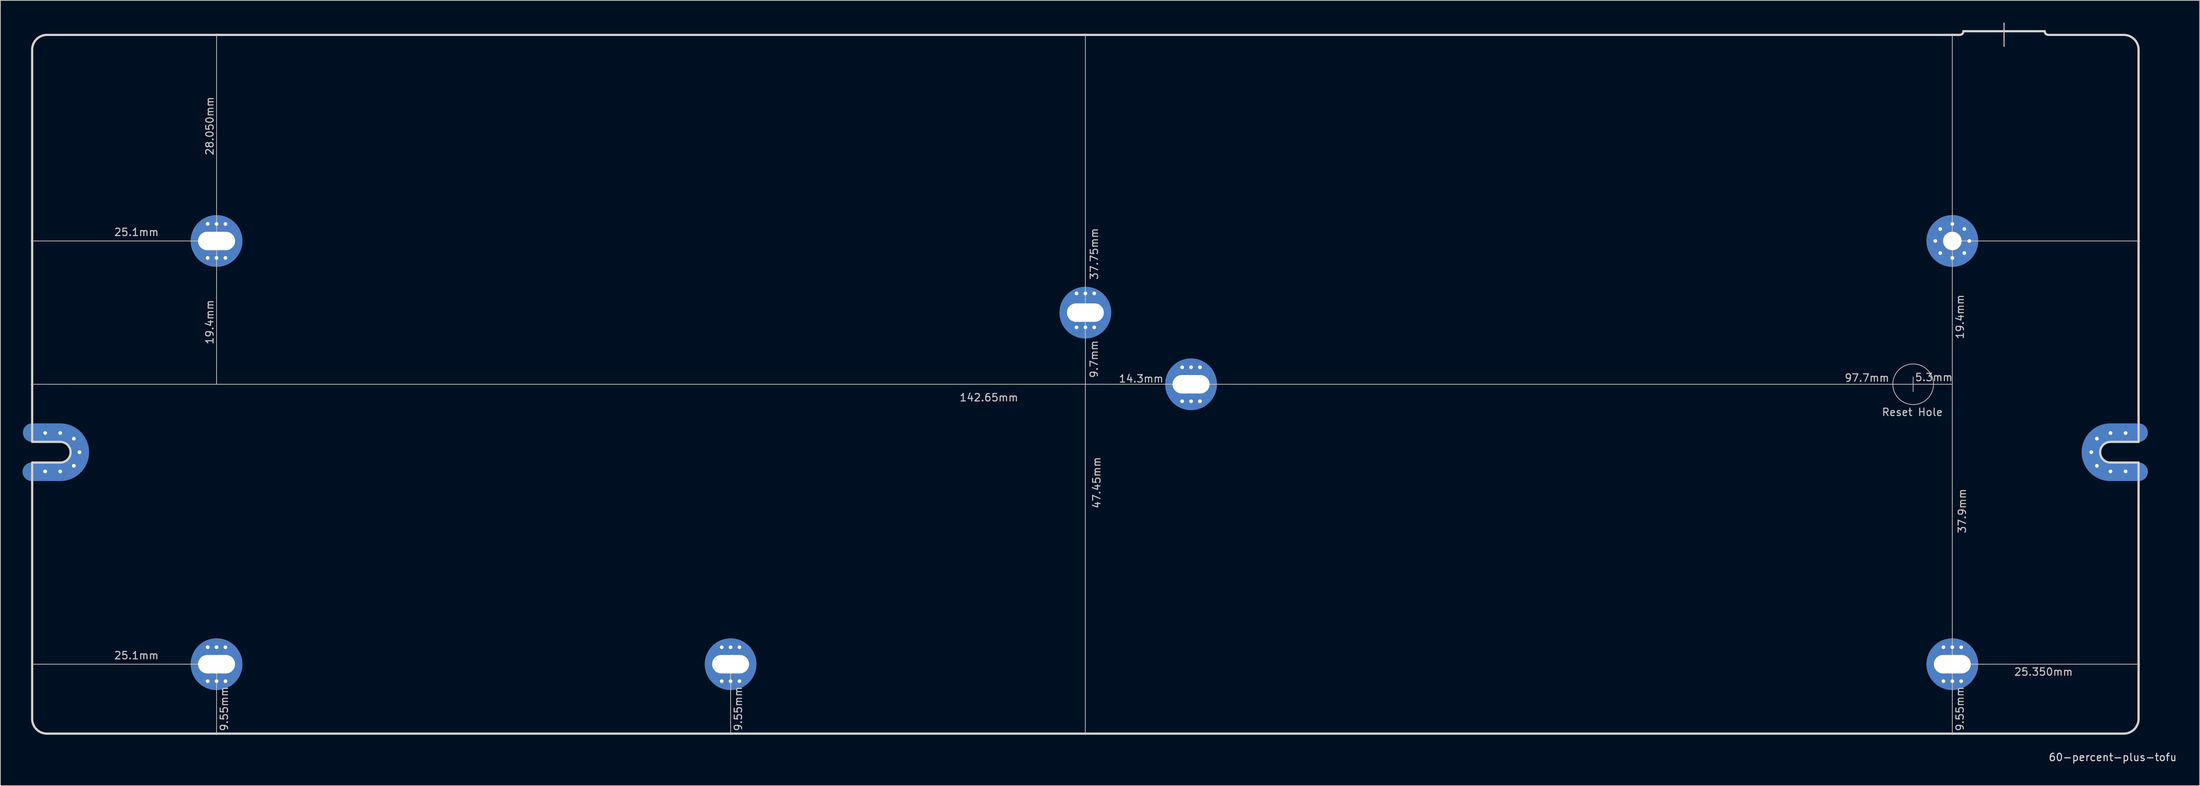
<source format=kicad_pcb>
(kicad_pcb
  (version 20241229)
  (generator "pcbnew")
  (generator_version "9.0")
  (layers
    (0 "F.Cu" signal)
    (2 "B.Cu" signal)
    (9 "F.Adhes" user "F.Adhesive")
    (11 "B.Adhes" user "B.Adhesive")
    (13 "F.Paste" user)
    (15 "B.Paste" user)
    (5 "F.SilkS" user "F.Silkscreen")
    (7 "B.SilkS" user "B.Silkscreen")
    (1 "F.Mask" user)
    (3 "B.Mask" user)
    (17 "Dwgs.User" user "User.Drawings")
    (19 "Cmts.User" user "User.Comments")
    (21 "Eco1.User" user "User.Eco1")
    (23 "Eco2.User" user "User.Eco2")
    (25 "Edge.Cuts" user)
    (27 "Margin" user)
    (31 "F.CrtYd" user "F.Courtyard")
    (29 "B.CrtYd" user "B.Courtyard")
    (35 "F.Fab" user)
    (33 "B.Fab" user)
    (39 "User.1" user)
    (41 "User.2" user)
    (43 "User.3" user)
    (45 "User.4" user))
  (footprint "60-percent-plus-tofu"
    (layer "F.Cu")
    (at 143.801 48.975)
    (property "Reference" "60-percent-plus-tofu" (at 139 50.5 180) (layer "Edge.Cuts") (effects (font (size 1 1) (thickness 0.15))))
    (attr through_hole)
    (fp_line (start -117.55 -19.4) (end -142.65 -19.4) (stroke (width 0.1) (type solid)) (layer "Dwgs.User"))
    (fp_line (start -117.55 -19.4) (end -117.55 -47.45) (stroke (width 0.1) (type solid)) (layer "Dwgs.User"))
    (fp_line (start -117.55 -19.4) (end -117.55 0) (stroke (width 0.1) (type solid)) (layer "Dwgs.User"))
    (fp_line (start -117.55 37.9) (end -117.55 47.45) (stroke (width 0.1) (type solid)) (layer "Dwgs.User"))
    (fp_line (start -117.53 37.9) (end -142.63 37.9) (stroke (width 0.1) (type solid)) (layer "Dwgs.User"))
    (fp_line (start -48 37.9) (end -48 47.45) (stroke (width 0.1) (type solid)) (layer "Dwgs.User"))
    (fp_line (start -0.01 0) (end -0.01 47.45) (stroke (width 0.1) (type solid)) (layer "Dwgs.User"))
    (fp_line (start 0 0) (end -142.65 0) (stroke (width 0.1) (type solid)) (layer "Dwgs.User"))
    (fp_line (start 0 0) (end 0 -47.45) (stroke (width 0.1) (type solid)) (layer "Dwgs.User"))
    (fp_line (start 0 0) (end 14.3 0) (stroke (width 0.1) (type solid)) (layer "Dwgs.User"))
    (fp_line (start 14.3 0) (end 112 0) (stroke (width 0.1) (type solid)) (layer "Dwgs.User"))
    (fp_line (start 112 0) (end 112 -1) (stroke (width 0.1) (type solid)) (layer "Dwgs.User"))
    (fp_line (start 112 0) (end 112 1) (stroke (width 0.1) (type solid)) (layer "Dwgs.User"))
    (fp_line (start 112 0) (end 117.3 0) (stroke (width 0.1) (type solid)) (layer "Dwgs.User"))
    (fp_line (start 117.3 -19.4) (end 117.3 -47.45) (stroke (width 0.1) (type solid)) (layer "Dwgs.User"))
    (fp_line (start 117.3 -19.4) (end 142.65 -19.4) (stroke (width 0.1) (type solid)) (layer "Dwgs.User"))
    (fp_line (start 117.3 0) (end 117.3 -19.4) (stroke (width 0.1) (type solid)) (layer "Dwgs.User"))
    (fp_line (start 117.3 37.9) (end 117.3 0) (stroke (width 0.1) (type solid)) (layer "Dwgs.User"))
    (fp_line (start 117.3 37.9) (end 117.3 47.45) (stroke (width 0.1) (type solid)) (layer "Dwgs.User"))
    (fp_line (start 117.3 37.9) (end 142.65 37.9) (stroke (width 0.1) (type solid)) (layer "Dwgs.User"))
    (fp_line (start 124.3 -48.9) (end 124.3 -45.75) (stroke (width 0.15) (type solid)) (layer "Dwgs.User"))
    (fp_circle (center 112.001 0) (end 114.751 0.03) (stroke (width 0.1) (type solid)) (fill no) (layer "Dwgs.User"))
    (fp_line (start -142.5 7.8) (end -142.5 -45.3) (stroke (width 0.3) (type solid)) (layer "Edge.Cuts"))
    (fp_line (start -142.5 10.6) (end -142.5 45.3) (stroke (width 0.3) (type solid)) (layer "Edge.Cuts"))
    (fp_line (start -140.5 -47.3) (end 118.3 -47.3) (stroke (width 0.3) (type solid)) (layer "Edge.Cuts"))
    (fp_line (start -138.7 7.8) (end -142.5 7.8) (stroke (width 0.3) (type solid)) (layer "Edge.Cuts"))
    (fp_line (start -138.7 10.6) (end -142.5 10.6) (stroke (width 0.3) (type solid)) (layer "Edge.Cuts"))
    (fp_line (start 129.8 -47.8) (end 118.8 -47.8) (stroke (width 0.3) (type solid)) (layer "Edge.Cuts"))
    (fp_line (start 138.7 7.8) (end 142.5 7.8) (stroke (width 0.3) (type solid)) (layer "Edge.Cuts"))
    (fp_line (start 140.5 -47.3) (end 130.3 -47.3) (stroke (width 0.3) (type solid)) (layer "Edge.Cuts"))
    (fp_line (start 140.5 47.3) (end -140.5 47.3) (stroke (width 0.3) (type solid)) (layer "Edge.Cuts"))
    (fp_line (start 142.5 7.8) (end 142.5 -45.3) (stroke (width 0.3) (type solid)) (layer "Edge.Cuts"))
    (fp_line (start 142.5 10.6) (end 138.7 10.6) (stroke (width 0.3) (type solid)) (layer "Edge.Cuts"))
    (fp_line (start 142.5 45.3) (end 142.5 10.6) (stroke (width 0.3) (type solid)) (layer "Edge.Cuts"))
    (fp_arc (start -142.5 -45.3) (mid -141.914214 -46.714214) (end -140.5 -47.3) (stroke (width 0.3) (type solid)) (layer "Edge.Cuts"))
    (fp_arc (start -140.5 47.3) (mid -141.914214 46.714214) (end -142.5 45.3) (stroke (width 0.3) (type solid)) (layer "Edge.Cuts"))
    (fp_arc (start -138.7 7.8) (mid -137.710051 8.210051) (end -137.3 9.2) (stroke (width 0.3) (type solid)) (layer "Edge.Cuts"))
    (fp_arc (start -137.3 9.2) (mid -137.710051 10.189949) (end -138.7 10.6) (stroke (width 0.3) (type solid)) (layer "Edge.Cuts"))
    (fp_arc (start 118.8 -47.8) (mid 118.653553 -47.446447) (end 118.3 -47.3) (stroke (width 0.3) (type solid)) (layer "Edge.Cuts"))
    (fp_arc (start 130.3 -47.3) (mid 129.946447 -47.446447) (end 129.8 -47.8) (stroke (width 0.3) (type solid)) (layer "Edge.Cuts"))
    (fp_arc (start 137.3 9.2) (mid 137.710051 8.210051) (end 138.7 7.8) (stroke (width 0.3) (type solid)) (layer "Edge.Cuts"))
    (fp_arc (start 138.7 10.6) (mid 137.710051 10.189949) (end 137.3 9.2) (stroke (width 0.3) (type solid)) (layer "Edge.Cuts"))
    (fp_arc (start 140.5 -47.3) (mid 141.914214 -46.714214) (end 142.5 -45.3) (stroke (width 0.3) (type solid)) (layer "Edge.Cuts"))
    (fp_arc (start 142.5 45.3) (mid 141.914214 46.714214) (end 140.5 47.3) (stroke (width 0.3) (type solid)) (layer "Edge.Cuts"))
    (fp_text user "9.55mm" (at 118.33 43.94 90) (layer "Dwgs.User") (effects (font (size 1 1) (thickness 0.15))))
    (fp_text user "28.050mm" (at -118.47 -34.96 90) (layer "Dwgs.User") (effects (font (size 1 1) (thickness 0.15))))
    (fp_text user "19.4mm" (at -118.48 -8.41 90) (layer "Dwgs.User") (effects (font (size 1 1) (thickness 0.15))))
    (fp_text user "47.45mm" (at 1.53 13.33 90) (layer "Dwgs.User") (effects (font (size 1 1) (thickness 0.15))))
    (fp_text user "37.9mm" (at 118.63 17.16 90) (layer "Dwgs.User") (effects (font (size 1 1) (thickness 0.15))))
    (fp_text user "25.1mm" (at -128.39 36.72 0) (layer "Dwgs.User") (effects (font (size 1 1) (thickness 0.15))))
    (fp_text user "25.1mm" (at -128.39 -20.59 0) (layer "Dwgs.User") (effects (font (size 1 1) (thickness 0.15))))
    (fp_text user "25.350mm" (at 129.64 38.94 0) (layer "Dwgs.User") (effects (font (size 1 1) (thickness 0.15))))
    (fp_text user "14.3mm" (at 7.55 -0.75 0) (layer "Dwgs.User") (effects (font (size 1 1) (thickness 0.15))))
    (fp_text user "97.7mm" (at 105.75 -0.86 0) (layer "Dwgs.User") (effects (font (size 1 1) (thickness 0.15))))
    (fp_text user "9.7mm" (at 1.17 -3.4 270) (layer "Dwgs.User") (effects (font (size 1 1) (thickness 0.15))))
    (fp_text user "37.75mm" (at 1.2 -17.65 90) (layer "Dwgs.User") (effects (font (size 1 1) (thickness 0.15))))
    (fp_text user "Reset Hole" (at 111.89 3.78 0) (layer "Dwgs.User") (effects (font (size 1 1) (thickness 0.15))))
    (fp_text user "5.3mm" (at 114.8 -0.94 0) (layer "Dwgs.User") (effects (font (size 1 1) (thickness 0.15))))
    (fp_text user "9.55mm" (at -46.97 43.94 90) (layer "Dwgs.User") (effects (font (size 1 1) (thickness 0.15))))
    (fp_text user "19.4mm" (at 118.34 -9.13 90) (layer "Dwgs.User") (effects (font (size 1 1) (thickness 0.15))))
    (fp_text user "9.55mm" (at -116.52 43.94 90) (layer "Dwgs.User") (effects (font (size 1 1) (thickness 0.15))))
    (fp_text user "142.65mm" (at -13.05 1.8 0) (layer "Dwgs.User") (effects (font (size 1 1) (thickness 0.15))))
    (pad "1" thru_hole circle (at -140.742 6.6 180) (size 1 1) (drill 0.5) (layers "*.Cu" "*.Mask"))
    (pad "1" thru_hole circle (at -140.742 11.8 180) (size 1 1) (drill 0.5) (layers "*.Cu" "*.Mask"))
    (pad "1" thru_hole circle (at -138.7 6.6 180) (size 1 1) (drill 0.5) (layers "*.Cu" "*.Mask"))
    (pad "1" thru_hole circle (at -138.7 11.8 180) (size 1 1) (drill 0.5) (layers "*.Cu" "*.Mask"))
    (pad "1" thru_hole circle (at -136.862 7.362 180) (size 1 1) (drill 0.5) (layers "*.Cu" "*.Mask"))
    (pad "1" thru_hole circle (at -136.862 11.038 180) (size 1 1) (drill 0.5) (layers "*.Cu" "*.Mask"))
    (pad "1" thru_hole custom (at -136.1 9.2) (size 1 1) (drill 0.5) (layers "*.Cu" "*.Mask") (options (anchor circle)) (primitives (gr_line (start -2.6 2.651) (end -6.45 2.651) (width 2.502)) (gr_line (start -2.6 -2.651) (end -6.4 -2.651) (width 2.502)) (gr_arc (start 0.05095 0) (mid -0.725495 1.874505) (end -2.6 2.65095) (width 2.5019)) (gr_arc (start -2.6 -2.65095) (mid -0.725495 -1.874505) (end 0.05095 0) (width 2.5019)) (gr_line (start -2.6 -2.651) (end -6.4 -2.651) (width 2.502)) (gr_line (start -2.6 2.651) (end -6.45 2.651) (width 2.502)) (gr_arc (start 0.05095 0) (mid -0.725495 1.874505) (end -2.6 2.65095) (width 2.5019)) (gr_arc (start -2.6 -2.65095) (mid -0.725495 -1.874505) (end 0.05095 0) (width 2.5019))))
    (pad "1" thru_hole circle (at -118.75 -21.717 180) (size 1 1) (drill 0.5) (layers "*.Cu" "*.Mask"))
    (pad "1" thru_hole circle (at -118.75 -17.1 180) (size 1 1) (drill 0.5) (layers "*.Cu" "*.Mask"))
    (pad "1" thru_hole circle (at -118.75 35.6 180) (size 1 1) (drill 0.5) (layers "*.Cu" "*.Mask"))
    (pad "1" thru_hole circle (at -118.75 40.2 180) (size 1 1) (drill 0.5) (layers "*.Cu" "*.Mask"))
    (pad "1" thru_hole circle (at -117.55 -21.7 180) (size 1 1) (drill 0.5) (layers "*.Cu" "*.Mask"))
    (pad "1" thru_hole circle (at -117.55 -19.4 180) (size 7 7) (drill oval 5 2.5) (layers "*.Cu" "*.Mask"))
    (pad "1" thru_hole circle (at -117.55 -17.1 180) (size 1 1) (drill 0.5) (layers "*.Cu" "*.Mask"))
    (pad "1" thru_hole circle (at -117.55 35.6 180) (size 1 1) (drill 0.5) (layers "*.Cu" "*.Mask"))
    (pad "1" thru_hole circle (at -117.55 37.9) (size 7 7) (drill oval 5 2.5) (layers "*.Cu" "*.Mask"))
    (pad "1" thru_hole circle (at -117.55 40.2 180) (size 1 1) (drill 0.5) (layers "*.Cu" "*.Mask"))
    (pad "1" thru_hole circle (at -116.35 -21.7 180) (size 1 1) (drill 0.5) (layers "*.Cu" "*.Mask"))
    (pad "1" thru_hole circle (at -116.35 -17.1 180) (size 1 1) (drill 0.5) (layers "*.Cu" "*.Mask"))
    (pad "1" thru_hole circle (at -116.35 35.6 180) (size 1 1) (drill 0.5) (layers "*.Cu" "*.Mask"))
    (pad "1" thru_hole circle (at -116.35 40.2 180) (size 1 1) (drill 0.5) (layers "*.Cu" "*.Mask"))
    (pad "1" thru_hole circle (at -49.2 35.6 180) (size 1 1) (drill 0.5) (layers "*.Cu" "*.Mask"))
    (pad "1" thru_hole circle (at -49.2 40.2 180) (size 1 1) (drill 0.5) (layers "*.Cu" "*.Mask"))
    (pad "1" thru_hole circle (at -48 35.6 180) (size 1 1) (drill 0.5) (layers "*.Cu" "*.Mask"))
    (pad "1" thru_hole circle (at -48 37.9) (size 7 7) (drill oval 5 2.5) (layers "*.Cu" "*.Mask"))
    (pad "1" thru_hole circle (at -48 40.2 180) (size 1 1) (drill 0.5) (layers "*.Cu" "*.Mask"))
    (pad "1" thru_hole circle (at -46.8 35.6 180) (size 1 1) (drill 0.5) (layers "*.Cu" "*.Mask"))
    (pad "1" thru_hole circle (at -46.8 40.2 180) (size 1 1) (drill 0.5) (layers "*.Cu" "*.Mask"))
    (pad "1" thru_hole circle (at -1.2 -12.3 180) (size 1 1) (drill 0.5) (layers "*.Cu" "*.Mask"))
    (pad "1" thru_hole circle (at -1.2 -7.7 180) (size 1 1) (drill 0.5) (layers "*.Cu" "*.Mask"))
    (pad "1" thru_hole circle (at 0 -12.3 180) (size 1 1) (drill 0.5) (layers "*.Cu" "*.Mask"))
    (pad "1" thru_hole circle (at 0 -9.7) (size 7 7) (drill oval 5 2.5) (layers "*.Cu" "*.Mask"))
    (pad "1" thru_hole circle (at 0 -7.7 180) (size 1 1) (drill 0.5) (layers "*.Cu" "*.Mask"))
    (pad "1" thru_hole circle (at 1.2 -12.3 180) (size 1 1) (drill 0.5) (layers "*.Cu" "*.Mask"))
    (pad "1" thru_hole circle (at 1.2 -7.7 180) (size 1 1) (drill 0.5) (layers "*.Cu" "*.Mask"))
    (pad "1" thru_hole circle (at 13.1 -2.3 180) (size 1 1) (drill 0.5) (layers "*.Cu" "*.Mask"))
    (pad "1" thru_hole circle (at 13.1 2.3 180) (size 1 1) (drill 0.5) (layers "*.Cu" "*.Mask"))
    (pad "1" thru_hole circle (at 14.3 -2.3 180) (size 1 1) (drill 0.5) (layers "*.Cu" "*.Mask"))
    (pad "1" thru_hole circle (at 14.3 0) (size 7 7) (drill oval 5 2.5) (layers "*.Cu" "*.Mask"))
    (pad "1" thru_hole circle (at 14.3 2.3 180) (size 1 1) (drill 0.5) (layers "*.Cu" "*.Mask"))
    (pad "1" thru_hole circle (at 15.5 -2.3 180) (size 1 1) (drill 0.5) (layers "*.Cu" "*.Mask"))
    (pad "1" thru_hole circle (at 15.5 2.3 180) (size 1 1) (drill 0.5) (layers "*.Cu" "*.Mask"))
    (pad "1" thru_hole circle (at 115 -19.4 180) (size 1 1) (drill 0.5) (layers "*.Cu" "*.Mask"))
    (pad "1" thru_hole circle (at 115.674 -21.026 180) (size 1 1) (drill 0.5) (layers "*.Cu" "*.Mask"))
    (pad "1" thru_hole circle (at 115.674 -17.774 180) (size 1 1) (drill 0.5) (layers "*.Cu" "*.Mask"))
    (pad "1" thru_hole circle (at 116.1 35.6 180) (size 1 1) (drill 0.5) (layers "*.Cu" "*.Mask"))
    (pad "1" thru_hole circle (at 116.1 40.2 180) (size 1 1) (drill 0.5) (layers "*.Cu" "*.Mask"))
    (pad "1" thru_hole circle (at 117.3 -21.7 180) (size 1 1) (drill 0.5) (layers "*.Cu" "*.Mask"))
    (pad "1" thru_hole circle (at 117.3 -19.4) (size 7 7) (drill 2.5) (layers "*.Cu" "*.Mask"))
    (pad "1" thru_hole circle (at 117.3 -17.1 180) (size 1 1) (drill 0.5) (layers "*.Cu" "*.Mask"))
    (pad "1" thru_hole circle (at 117.3 35.6 180) (size 1 1) (drill 0.5) (layers "*.Cu" "*.Mask"))
    (pad "1" thru_hole circle (at 117.3 37.9) (size 7 7) (drill oval 5 2.5) (layers "*.Cu" "*.Mask"))
    (pad "1" thru_hole circle (at 117.3 40.2 180) (size 1 1) (drill 0.5) (layers "*.Cu" "*.Mask"))
    (pad "1" thru_hole circle (at 118.5 35.6 180) (size 1 1) (drill 0.5) (layers "*.Cu" "*.Mask"))
    (pad "1" thru_hole circle (at 118.5 40.2 180) (size 1 1) (drill 0.5) (layers "*.Cu" "*.Mask"))
    (pad "1" thru_hole circle (at 118.926 -21.026 180) (size 1 1) (drill 0.5) (layers "*.Cu" "*.Mask"))
    (pad "1" thru_hole circle (at 118.926 -17.774 180) (size 1 1) (drill 0.5) (layers "*.Cu" "*.Mask"))
    (pad "1" thru_hole circle (at 119.6 -19.4 180) (size 1 1) (drill 0.5) (layers "*.Cu" "*.Mask"))
    (pad "1" thru_hole custom (at 136.1 9.2) (size 1 1) (drill 0.5) (layers "*.Cu" "*.Mask") (options (anchor circle)) (primitives (gr_arc (start -0.05095 0) (mid 0.725495 -1.874505) (end 2.6 -2.65095) (width 2.5019)) (gr_arc (start 2.6 2.65095) (mid 0.725495 1.874505) (end -0.05095 0) (width 2.5019)) (gr_line (start 6.4 2.651) (end 2.6 2.651) (width 2.502)) (gr_line (start 6.4 2.651) (end 2.6 2.651) (width 2.502)) (gr_arc (start -0.05095 0) (mid 0.725495 -1.874505) (end 2.6 -2.65095) (width 2.5019)) (gr_arc (start 2.6 2.65095) (mid 0.725495 1.874505) (end -0.05095 0) (width 2.5019)) (gr_line (start 6.4 -2.651) (end 2.6 -2.651) (width 2.502)) (gr_line (start 6.4 -2.651) (end 2.6 -2.651) (width 2.502))))
    (pad "1" thru_hole circle (at 136.862 7.362 180) (size 1 1) (drill 0.5) (layers "*.Cu" "*.Mask"))
    (pad "1" thru_hole circle (at 136.862 11.038 180) (size 1 1) (drill 0.5) (layers "*.Cu" "*.Mask"))
    (pad "1" thru_hole circle (at 138.7 6.6 180) (size 1 1) (drill 0.5) (layers "*.Cu" "*.Mask"))
    (pad "1" thru_hole circle (at 138.7 11.8 180) (size 1 1) (drill 0.5) (layers "*.Cu" "*.Mask"))
    (pad "1" thru_hole circle (at 140.742 6.6 180) (size 1 1) (drill 0.5) (layers "*.Cu" "*.Mask"))
    (pad "1" thru_hole circle (at 140.742 11.8 180) (size 1 1) (drill 0.5) (layers "*.Cu" "*.Mask")))
  (gr_rect
    (start -3 -3)
    (end 294.569 103.323)
    (stroke (width 0.1) (type default))
    (fill no)
    (layer "Edge.Cuts")))
</source>
